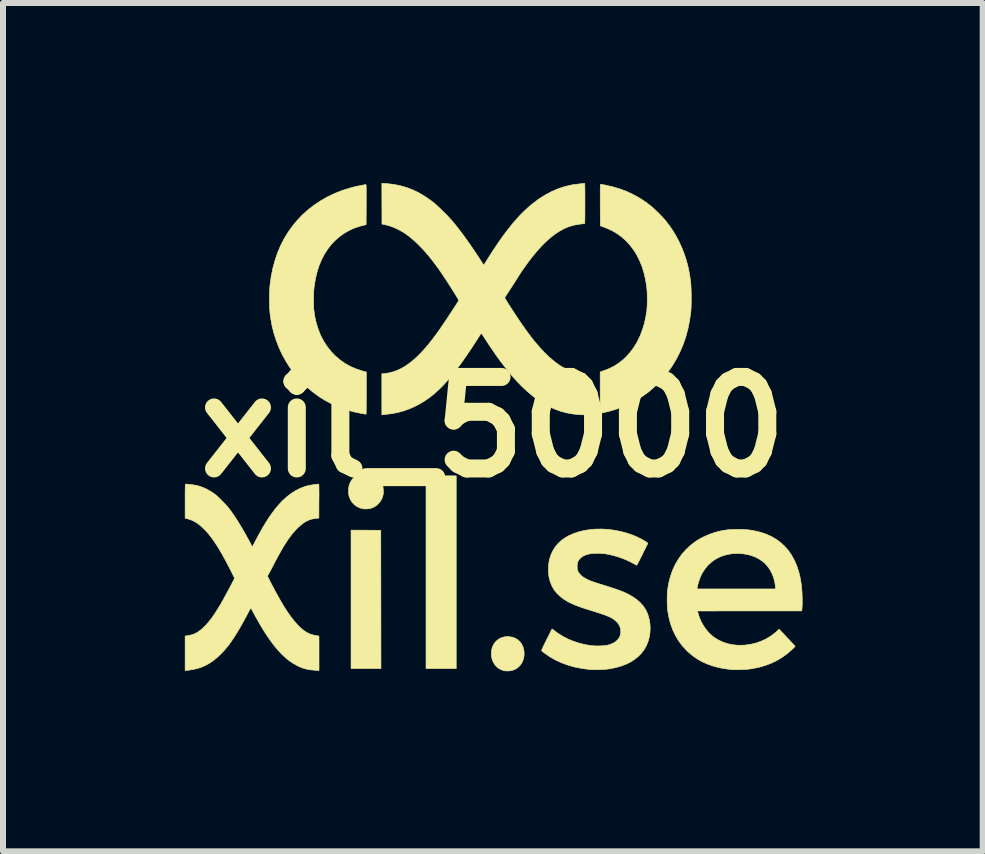
<source format=kicad_pcb>
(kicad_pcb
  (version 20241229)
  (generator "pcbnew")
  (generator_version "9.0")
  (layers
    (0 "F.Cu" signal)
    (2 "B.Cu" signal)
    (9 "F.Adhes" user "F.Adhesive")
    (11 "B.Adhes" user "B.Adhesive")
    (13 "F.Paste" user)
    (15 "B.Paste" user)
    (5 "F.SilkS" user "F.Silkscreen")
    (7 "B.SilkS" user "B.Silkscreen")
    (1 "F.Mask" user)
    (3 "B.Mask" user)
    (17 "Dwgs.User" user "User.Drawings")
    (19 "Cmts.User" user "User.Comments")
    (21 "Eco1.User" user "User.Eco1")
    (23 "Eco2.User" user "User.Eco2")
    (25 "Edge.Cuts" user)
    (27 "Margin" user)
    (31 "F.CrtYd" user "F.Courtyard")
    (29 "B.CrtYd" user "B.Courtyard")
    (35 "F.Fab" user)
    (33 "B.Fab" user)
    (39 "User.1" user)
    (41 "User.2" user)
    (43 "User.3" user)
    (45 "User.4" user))
  (footprint "xil_5000"
    (layer "F.Cu")
    (at 5.16 4.064)
    (property "Reference" "xil_5000" (at 0 0 0) (layer "F.SilkS") (effects (font (size 1.524 1.524) (thickness 0.3))))
    (attr through_hole)
    (fp_poly (pts (xy -0.61 4.023) (xy -1.113 4.023) (xy -1.113 0.813) (xy -0.61 0.813) (xy -0.61 4.023)) (stroke (width 0.01) (type solid)) (fill yes) (layer "F.SilkS"))
    (fp_poly (pts (xy -2.115 1.718) (xy -1.867 1.72) (xy -1.864 4.023) (xy -2.362 4.023) (xy -2.362 1.717) (xy -2.115 1.718)) (stroke (width 0.01) (type solid)) (fill yes) (layer "F.SilkS"))
    (fp_poly (pts (xy 0.268 3.491) (xy 0.321 3.5) (xy 0.369 3.516) (xy 0.412 3.541) (xy 0.448 3.573) (xy 0.478 3.612) (xy 0.501 3.658) (xy 0.515 3.709) (xy 0.521 3.754) (xy 0.52 3.808) (xy 0.511 3.86) (xy 0.493 3.907) (xy 0.468 3.951) (xy 0.437 3.988) (xy 0.399 4.019) (xy 0.356 4.042) (xy 0.314 4.056) (xy 0.283 4.061) (xy 0.247 4.063) (xy 0.213 4.062) (xy 0.191 4.059) (xy 0.142 4.044) (xy 0.099 4.021) (xy 0.061 3.991) (xy 0.029 3.953) (xy 0.004 3.91) (xy -0.014 3.862) (xy -0.024 3.809) (xy -0.025 3.774) (xy -0.021 3.718) (xy -0.008 3.666) (xy 0.014 3.619) (xy 0.044 3.578) (xy 0.054 3.568) (xy 0.094 3.535) (xy 0.138 3.511) (xy 0.187 3.496) (xy 0.239 3.491) (xy 0.268 3.491)) (stroke (width 0.01) (type solid)) (fill yes) (layer "F.SilkS"))
    (fp_poly (pts (xy -2.097 0.762) (xy -2.063 0.764) (xy -2.035 0.769) (xy -1.991 0.786) (xy -1.949 0.811) (xy -1.911 0.842) (xy -1.88 0.877) (xy -1.86 0.908) (xy -1.842 0.953) (xy -1.829 1.003) (xy -1.824 1.055) (xy -1.825 1.107) (xy -1.831 1.142) (xy -1.848 1.192) (xy -1.874 1.238) (xy -1.907 1.278) (xy -1.946 1.312) (xy -1.992 1.338) (xy -2.03 1.353) (xy -2.056 1.359) (xy -2.087 1.362) (xy -2.119 1.364) (xy -2.148 1.363) (xy -2.161 1.361) (xy -2.215 1.347) (xy -2.264 1.324) (xy -2.306 1.294) (xy -2.342 1.256) (xy -2.371 1.212) (xy -2.392 1.161) (xy -2.396 1.148) (xy -2.403 1.11) (xy -2.405 1.066) (xy -2.403 1.022) (xy -2.396 0.98) (xy -2.391 0.962) (xy -2.369 0.911) (xy -2.34 0.867) (xy -2.303 0.829) (xy -2.26 0.798) (xy -2.21 0.775) (xy -2.192 0.77) (xy -2.165 0.764) (xy -2.132 0.762) (xy -2.097 0.762)) (stroke (width 0.01) (type solid)) (fill yes) (layer "F.SilkS"))
    (fp_poly (pts (xy -2.114 -4.038) (xy -2.113 -4.035) (xy -2.112 -4.029) (xy -2.111 -4.02) (xy -2.11 -4.006) (xy -2.11 -3.988) (xy -2.109 -3.963) (xy -2.109 -3.933) (xy -2.109 -3.895) (xy -2.109 -3.85) (xy -2.109 -3.796) (xy -2.109 -3.733) (xy -2.109 -3.705) (xy -2.111 -3.372) (xy -2.177 -3.355) (xy -2.223 -3.343) (xy -2.263 -3.33) (xy -2.301 -3.317) (xy -2.339 -3.301) (xy -2.38 -3.282) (xy -2.466 -3.235) (xy -2.546 -3.179) (xy -2.62 -3.116) (xy -2.688 -3.046) (xy -2.749 -2.968) (xy -2.804 -2.883) (xy -2.852 -2.791) (xy -2.893 -2.693) (xy -2.927 -2.588) (xy -2.954 -2.478) (xy -2.973 -2.362) (xy -2.982 -2.288) (xy -2.984 -2.255) (xy -2.985 -2.216) (xy -2.986 -2.171) (xy -2.987 -2.125) (xy -2.987 -2.079) (xy -2.986 -2.035) (xy -2.985 -1.995) (xy -2.983 -1.963) (xy -2.982 -1.955) (xy -2.968 -1.852) (xy -2.946 -1.75) (xy -2.917 -1.652) (xy -2.882 -1.559) (xy -2.866 -1.522) (xy -2.816 -1.427) (xy -2.759 -1.339) (xy -2.695 -1.258) (xy -2.624 -1.185) (xy -2.547 -1.119) (xy -2.463 -1.06) (xy -2.374 -1.01) (xy -2.279 -0.969) (xy -2.179 -0.936) (xy -2.155 -0.929) (xy -2.108 -0.917) (xy -2.108 -0.565) (xy -2.108 -0.506) (xy -2.108 -0.451) (xy -2.109 -0.399) (xy -2.109 -0.352) (xy -2.109 -0.31) (xy -2.11 -0.275) (xy -2.11 -0.247) (xy -2.111 -0.227) (xy -2.112 -0.216) (xy -2.112 -0.214) (xy -2.118 -0.215) (xy -2.132 -0.217) (xy -2.153 -0.221) (xy -2.178 -0.225) (xy -2.195 -0.228) (xy -2.323 -0.255) (xy -2.446 -0.289) (xy -2.563 -0.331) (xy -2.675 -0.381) (xy -2.784 -0.438) (xy -2.898 -0.509) (xy -3.006 -0.589) (xy -3.108 -0.676) (xy -3.203 -0.77) (xy -3.291 -0.871) (xy -3.372 -0.979) (xy -3.445 -1.092) (xy -3.511 -1.212) (xy -3.568 -1.337) (xy -3.613 -1.456) (xy -3.648 -1.566) (xy -3.676 -1.677) (xy -3.697 -1.791) (xy -3.712 -1.892) (xy -3.715 -1.93) (xy -3.718 -1.975) (xy -3.72 -2.027) (xy -3.721 -2.082) (xy -3.721 -2.14) (xy -3.721 -2.197) (xy -3.719 -2.252) (xy -3.717 -2.302) (xy -3.714 -2.346) (xy -3.712 -2.366) (xy -3.692 -2.511) (xy -3.664 -2.649) (xy -3.628 -2.78) (xy -3.585 -2.906) (xy -3.534 -3.026) (xy -3.475 -3.141) (xy -3.408 -3.25) (xy -3.332 -3.355) (xy -3.259 -3.443) (xy -3.172 -3.535) (xy -3.077 -3.62) (xy -2.975 -3.699) (xy -2.866 -3.771) (xy -2.752 -3.836) (xy -2.632 -3.893) (xy -2.508 -3.942) (xy -2.379 -3.982) (xy -2.351 -3.99) (xy -2.327 -3.996) (xy -2.298 -4.003) (xy -2.267 -4.01) (xy -2.234 -4.017) (xy -2.202 -4.023) (xy -2.173 -4.029) (xy -2.147 -4.034) (xy -2.128 -4.037) (xy -2.117 -4.039) (xy -2.116 -4.039) (xy -2.114 -4.038)) (stroke (width 0.01) (type solid)) (fill yes) (layer "F.SilkS"))
    (fp_poly (pts (xy 1.805 -4.043) (xy 1.821 -4.04) (xy 1.843 -4.036) (xy 1.868 -4.032) (xy 1.872 -4.031) (xy 1.998 -4.002) (xy 2.117 -3.967) (xy 2.23 -3.924) (xy 2.339 -3.873) (xy 2.445 -3.814) (xy 2.548 -3.746) (xy 2.616 -3.695) (xy 2.647 -3.67) (xy 2.682 -3.639) (xy 2.719 -3.604) (xy 2.758 -3.566) (xy 2.797 -3.527) (xy 2.832 -3.49) (xy 2.864 -3.455) (xy 2.887 -3.426) (xy 2.952 -3.34) (xy 3.01 -3.253) (xy 3.064 -3.161) (xy 3.101 -3.089) (xy 3.148 -2.987) (xy 3.188 -2.885) (xy 3.222 -2.781) (xy 3.251 -2.674) (xy 3.274 -2.561) (xy 3.292 -2.441) (xy 3.295 -2.418) (xy 3.298 -2.389) (xy 3.3 -2.351) (xy 3.302 -2.307) (xy 3.304 -2.257) (xy 3.305 -2.205) (xy 3.305 -2.152) (xy 3.305 -2.099) (xy 3.304 -2.049) (xy 3.303 -2.002) (xy 3.301 -1.962) (xy 3.299 -1.93) (xy 3.298 -1.923) (xy 3.278 -1.777) (xy 3.25 -1.637) (xy 3.214 -1.503) (xy 3.17 -1.375) (xy 3.117 -1.251) (xy 3.056 -1.131) (xy 2.986 -1.015) (xy 2.907 -0.903) (xy 2.896 -0.888) (xy 2.871 -0.858) (xy 2.841 -0.823) (xy 2.805 -0.785) (xy 2.767 -0.745) (xy 2.728 -0.706) (xy 2.689 -0.668) (xy 2.652 -0.634) (xy 2.618 -0.605) (xy 2.596 -0.587) (xy 2.495 -0.514) (xy 2.394 -0.45) (xy 2.29 -0.394) (xy 2.183 -0.345) (xy 2.071 -0.303) (xy 1.952 -0.267) (xy 1.87 -0.247) (xy 1.843 -0.241) (xy 1.82 -0.235) (xy 1.803 -0.231) (xy 1.792 -0.229) (xy 1.79 -0.229) (xy 1.79 -0.234) (xy 1.789 -0.248) (xy 1.789 -0.271) (xy 1.789 -0.301) (xy 1.789 -0.338) (xy 1.788 -0.382) (xy 1.788 -0.43) (xy 1.788 -0.483) (xy 1.788 -0.54) (xy 1.788 -0.573) (xy 1.788 -0.918) (xy 1.85 -0.94) (xy 1.941 -0.975) (xy 2.025 -1.018) (xy 2.102 -1.068) (xy 2.174 -1.126) (xy 2.216 -1.165) (xy 2.286 -1.243) (xy 2.349 -1.327) (xy 2.404 -1.418) (xy 2.452 -1.516) (xy 2.492 -1.621) (xy 2.526 -1.733) (xy 2.551 -1.852) (xy 2.564 -1.93) (xy 2.567 -1.967) (xy 2.57 -2.011) (xy 2.572 -2.06) (xy 2.573 -2.113) (xy 2.572 -2.167) (xy 2.571 -2.22) (xy 2.569 -2.269) (xy 2.565 -2.312) (xy 2.564 -2.327) (xy 2.545 -2.447) (xy 2.52 -2.56) (xy 2.488 -2.667) (xy 2.448 -2.766) (xy 2.401 -2.86) (xy 2.354 -2.938) (xy 2.293 -3.02) (xy 2.227 -3.094) (xy 2.155 -3.16) (xy 2.077 -3.218) (xy 1.993 -3.268) (xy 1.902 -3.31) (xy 1.857 -3.328) (xy 1.791 -3.352) (xy 1.789 -3.698) (xy 1.789 -3.766) (xy 1.789 -3.824) (xy 1.789 -3.873) (xy 1.789 -3.915) (xy 1.789 -3.949) (xy 1.789 -3.977) (xy 1.79 -3.998) (xy 1.79 -4.015) (xy 1.791 -4.027) (xy 1.792 -4.035) (xy 1.793 -4.04) (xy 1.795 -4.043) (xy 1.796 -4.044) (xy 1.797 -4.044) (xy 1.805 -4.043)) (stroke (width 0.01) (type solid)) (fill yes) (layer "F.SilkS"))
    (fp_poly (pts (xy 4.129 1.705) (xy 4.175 1.706) (xy 4.215 1.709) (xy 4.253 1.712) (xy 4.291 1.717) (xy 4.333 1.724) (xy 4.364 1.73) (xy 4.464 1.754) (xy 4.557 1.786) (xy 4.644 1.825) (xy 4.724 1.872) (xy 4.797 1.927) (xy 4.864 1.989) (xy 4.924 2.059) (xy 4.977 2.136) (xy 5.024 2.221) (xy 5.063 2.312) (xy 5.096 2.412) (xy 5.121 2.518) (xy 5.136 2.607) (xy 5.142 2.657) (xy 5.147 2.712) (xy 5.151 2.77) (xy 5.153 2.829) (xy 5.154 2.887) (xy 5.154 2.941) (xy 5.152 2.991) (xy 5.149 3.033) (xy 5.148 3.042) (xy 5.145 3.063) (xy 4.277 3.063) (xy 4.184 3.063) (xy 4.094 3.063) (xy 4.007 3.063) (xy 3.923 3.063) (xy 3.845 3.063) (xy 3.77 3.063) (xy 3.702 3.064) (xy 3.639 3.064) (xy 3.583 3.064) (xy 3.533 3.064) (xy 3.492 3.064) (xy 3.458 3.064) (xy 3.432 3.064) (xy 3.416 3.064) (xy 3.409 3.065) (xy 3.409 3.065) (xy 3.41 3.072) (xy 3.414 3.087) (xy 3.42 3.106) (xy 3.426 3.128) (xy 3.433 3.149) (xy 3.439 3.168) (xy 3.443 3.178) (xy 3.473 3.247) (xy 3.511 3.313) (xy 3.555 3.376) (xy 3.604 3.432) (xy 3.657 3.481) (xy 3.694 3.509) (xy 3.764 3.551) (xy 3.839 3.585) (xy 3.918 3.61) (xy 4.001 3.627) (xy 4.086 3.635) (xy 4.171 3.634) (xy 4.196 3.633) (xy 4.294 3.619) (xy 4.387 3.597) (xy 4.474 3.566) (xy 4.556 3.527) (xy 4.635 3.479) (xy 4.709 3.422) (xy 4.72 3.412) (xy 4.769 3.368) (xy 4.807 3.408) (xy 4.82 3.422) (xy 4.84 3.442) (xy 4.863 3.467) (xy 4.889 3.495) (xy 4.917 3.524) (xy 4.945 3.554) (xy 4.972 3.583) (xy 4.996 3.609) (xy 5.017 3.631) (xy 5.021 3.636) (xy 5.036 3.653) (xy 5.006 3.684) (xy 4.97 3.718) (xy 4.927 3.755) (xy 4.882 3.791) (xy 4.837 3.824) (xy 4.823 3.833) (xy 4.733 3.888) (xy 4.637 3.934) (xy 4.536 3.972) (xy 4.429 4.003) (xy 4.316 4.025) (xy 4.275 4.031) (xy 4.251 4.034) (xy 4.22 4.036) (xy 4.184 4.038) (xy 4.145 4.04) (xy 4.105 4.041) (xy 4.067 4.042) (xy 4.034 4.042) (xy 4.006 4.042) (xy 3.988 4.041) (xy 3.872 4.027) (xy 3.764 4.007) (xy 3.663 3.98) (xy 3.568 3.946) (xy 3.48 3.906) (xy 3.397 3.858) (xy 3.319 3.802) (xy 3.246 3.739) (xy 3.223 3.716) (xy 3.154 3.641) (xy 3.094 3.56) (xy 3.042 3.473) (xy 2.998 3.381) (xy 2.962 3.282) (xy 2.934 3.177) (xy 2.914 3.066) (xy 2.913 3.056) (xy 2.908 3.013) (xy 2.905 2.963) (xy 2.904 2.908) (xy 2.904 2.853) (xy 2.905 2.798) (xy 2.908 2.747) (xy 2.912 2.704) (xy 2.913 2.7) (xy 2.913 2.697) (xy 3.4 2.697) (xy 4.71 2.697) (xy 4.707 2.657) (xy 4.696 2.58) (xy 4.676 2.506) (xy 4.649 2.437) (xy 4.614 2.372) (xy 4.572 2.314) (xy 4.523 2.262) (xy 4.497 2.24) (xy 4.439 2.2) (xy 4.374 2.166) (xy 4.305 2.14) (xy 4.232 2.121) (xy 4.156 2.109) (xy 4.079 2.105) (xy 4.002 2.108) (xy 3.926 2.119) (xy 3.852 2.137) (xy 3.782 2.163) (xy 3.716 2.197) (xy 3.71 2.2) (xy 3.646 2.245) (xy 3.588 2.298) (xy 3.537 2.358) (xy 3.492 2.426) (xy 3.472 2.463) (xy 3.459 2.493) (xy 3.444 2.53) (xy 3.431 2.57) (xy 3.419 2.609) (xy 3.41 2.645) (xy 3.407 2.658) (xy 3.4 2.697) (xy 2.913 2.697) (xy 2.932 2.588) (xy 2.96 2.482) (xy 2.996 2.382) (xy 3.04 2.287) (xy 3.093 2.198) (xy 3.152 2.115) (xy 3.22 2.039) (xy 3.295 1.969) (xy 3.377 1.906) (xy 3.401 1.89) (xy 3.469 1.85) (xy 3.544 1.814) (xy 3.623 1.781) (xy 3.704 1.754) (xy 3.775 1.735) (xy 3.823 1.725) (xy 3.867 1.718) (xy 3.908 1.712) (xy 3.951 1.708) (xy 3.997 1.706) (xy 4.05 1.705) (xy 4.077 1.705) (xy 4.129 1.705)) (stroke (width 0.01) (type solid)) (fill yes) (layer "F.SilkS"))
    (fp_poly (pts (xy 1.928 1.706) (xy 2.033 1.72) (xy 2.137 1.741) (xy 2.239 1.769) (xy 2.34 1.804) (xy 2.396 1.828) (xy 2.423 1.841) (xy 2.454 1.856) (xy 2.485 1.873) (xy 2.515 1.89) (xy 2.541 1.905) (xy 2.562 1.919) (xy 2.57 1.925) (xy 2.583 1.934) (xy 2.492 2.118) (xy 2.472 2.158) (xy 2.453 2.195) (xy 2.437 2.228) (xy 2.422 2.256) (xy 2.411 2.278) (xy 2.402 2.293) (xy 2.398 2.301) (xy 2.397 2.301) (xy 2.391 2.299) (xy 2.379 2.293) (xy 2.363 2.284) (xy 2.362 2.283) (xy 2.294 2.247) (xy 2.22 2.212) (xy 2.141 2.181) (xy 2.062 2.155) (xy 2.004 2.139) (xy 1.938 2.123) (xy 1.877 2.112) (xy 1.818 2.106) (xy 1.757 2.103) (xy 1.732 2.103) (xy 1.662 2.106) (xy 1.6 2.115) (xy 1.546 2.13) (xy 1.501 2.151) (xy 1.464 2.178) (xy 1.435 2.211) (xy 1.418 2.239) (xy 1.412 2.254) (xy 1.408 2.267) (xy 1.406 2.283) (xy 1.405 2.303) (xy 1.405 2.322) (xy 1.405 2.347) (xy 1.406 2.365) (xy 1.409 2.38) (xy 1.413 2.393) (xy 1.418 2.404) (xy 1.44 2.44) (xy 1.471 2.473) (xy 1.51 2.503) (xy 1.56 2.532) (xy 1.578 2.541) (xy 1.602 2.552) (xy 1.627 2.562) (xy 1.656 2.573) (xy 1.688 2.585) (xy 1.725 2.597) (xy 1.769 2.611) (xy 1.821 2.627) (xy 1.851 2.636) (xy 1.917 2.657) (xy 1.975 2.675) (xy 2.026 2.692) (xy 2.07 2.707) (xy 2.109 2.721) (xy 2.145 2.735) (xy 2.171 2.745) (xy 2.256 2.785) (xy 2.331 2.828) (xy 2.397 2.874) (xy 2.455 2.925) (xy 2.503 2.979) (xy 2.543 3.038) (xy 2.574 3.101) (xy 2.583 3.125) (xy 2.604 3.199) (xy 2.617 3.275) (xy 2.621 3.353) (xy 2.617 3.43) (xy 2.604 3.507) (xy 2.583 3.58) (xy 2.559 3.639) (xy 2.521 3.706) (xy 2.475 3.768) (xy 2.42 3.823) (xy 2.358 3.873) (xy 2.288 3.917) (xy 2.211 3.954) (xy 2.126 3.985) (xy 2.034 4.01) (xy 1.936 4.029) (xy 1.917 4.031) (xy 1.882 4.035) (xy 1.84 4.038) (xy 1.794 4.04) (xy 1.746 4.041) (xy 1.7 4.041) (xy 1.658 4.041) (xy 1.623 4.039) (xy 1.618 4.039) (xy 1.493 4.023) (xy 1.373 4) (xy 1.259 3.969) (xy 1.15 3.93) (xy 1.048 3.883) (xy 0.952 3.829) (xy 0.866 3.769) (xy 0.846 3.754) (xy 0.83 3.741) (xy 0.818 3.731) (xy 0.813 3.727) (xy 0.812 3.723) (xy 0.814 3.716) (xy 0.818 3.705) (xy 0.825 3.689) (xy 0.835 3.667) (xy 0.848 3.639) (xy 0.866 3.603) (xy 0.887 3.56) (xy 0.897 3.541) (xy 0.986 3.362) (xy 0.998 3.372) (xy 1.079 3.432) (xy 1.16 3.483) (xy 1.243 3.527) (xy 1.33 3.564) (xy 1.422 3.595) (xy 1.495 3.614) (xy 1.558 3.628) (xy 1.616 3.638) (xy 1.673 3.644) (xy 1.73 3.646) (xy 1.783 3.646) (xy 1.837 3.643) (xy 1.884 3.638) (xy 1.925 3.63) (xy 1.962 3.618) (xy 1.998 3.603) (xy 2.006 3.599) (xy 2.048 3.573) (xy 2.082 3.541) (xy 2.107 3.505) (xy 2.124 3.464) (xy 2.131 3.419) (xy 2.129 3.372) (xy 2.129 3.371) (xy 2.118 3.329) (xy 2.1 3.291) (xy 2.074 3.256) (xy 2.058 3.24) (xy 2.039 3.223) (xy 2.02 3.207) (xy 1.999 3.193) (xy 1.976 3.179) (xy 1.949 3.165) (xy 1.919 3.152) (xy 1.884 3.137) (xy 1.842 3.122) (xy 1.795 3.106) (xy 1.739 3.088) (xy 1.676 3.068) (xy 1.621 3.05) (xy 1.547 3.028) (xy 1.482 3.006) (xy 1.425 2.986) (xy 1.375 2.967) (xy 1.33 2.948) (xy 1.289 2.929) (xy 1.251 2.909) (xy 1.215 2.888) (xy 1.18 2.866) (xy 1.178 2.864) (xy 1.116 2.816) (xy 1.062 2.764) (xy 1.018 2.706) (xy 0.982 2.643) (xy 0.955 2.574) (xy 0.936 2.501) (xy 0.93 2.456) (xy 0.925 2.371) (xy 0.929 2.289) (xy 0.942 2.211) (xy 0.964 2.138) (xy 0.995 2.069) (xy 1.034 2.005) (xy 1.081 1.946) (xy 1.137 1.893) (xy 1.201 1.846) (xy 1.26 1.812) (xy 1.342 1.775) (xy 1.43 1.745) (xy 1.523 1.723) (xy 1.62 1.708) (xy 1.721 1.7) (xy 1.824 1.699) (xy 1.928 1.706)) (stroke (width 0.01) (type solid)) (fill yes) (layer "F.SilkS"))
    (fp_poly (pts (xy -2.902 0.951) (xy -2.9 0.954) (xy -2.899 0.96) (xy -2.898 0.97) (xy -2.897 0.984) (xy -2.897 1.004) (xy -2.897 1.029) (xy -2.896 1.062) (xy -2.896 1.102) (xy -2.896 1.15) (xy -2.897 1.208) (xy -2.897 1.233) (xy -2.898 1.516) (xy -2.95 1.522) (xy -2.989 1.528) (xy -3.021 1.534) (xy -3.05 1.544) (xy -3.08 1.556) (xy -3.098 1.565) (xy -3.143 1.59) (xy -3.186 1.622) (xy -3.231 1.66) (xy -3.272 1.7) (xy -3.309 1.74) (xy -3.345 1.783) (xy -3.381 1.83) (xy -3.417 1.881) (xy -3.454 1.938) (xy -3.493 2) (xy -3.533 2.07) (xy -3.576 2.147) (xy -3.622 2.232) (xy -3.634 2.256) (xy -3.654 2.295) (xy -3.674 2.332) (xy -3.692 2.367) (xy -3.708 2.398) (xy -3.722 2.423) (xy -3.732 2.442) (xy -3.737 2.452) (xy -3.755 2.483) (xy -3.718 2.556) (xy -3.692 2.608) (xy -3.662 2.664) (xy -3.631 2.724) (xy -3.598 2.783) (xy -3.567 2.839) (xy -3.538 2.89) (xy -3.529 2.906) (xy -3.47 3.005) (xy -3.412 3.094) (xy -3.355 3.173) (xy -3.3 3.242) (xy -3.246 3.303) (xy -3.193 3.353) (xy -3.141 3.395) (xy -3.09 3.427) (xy -3.042 3.449) (xy -3.024 3.455) (xy -3 3.462) (xy -2.973 3.468) (xy -2.946 3.473) (xy -2.921 3.478) (xy -2.903 3.48) (xy -2.898 3.48) (xy -2.898 3.485) (xy -2.897 3.499) (xy -2.897 3.521) (xy -2.896 3.551) (xy -2.896 3.588) (xy -2.896 3.63) (xy -2.896 3.677) (xy -2.896 3.728) (xy -2.896 3.767) (xy -2.896 4.055) (xy -2.96 4.051) (xy -3.032 4.045) (xy -3.097 4.034) (xy -3.158 4.017) (xy -3.219 3.994) (xy -3.254 3.977) (xy -3.32 3.941) (xy -3.386 3.897) (xy -3.45 3.845) (xy -3.515 3.786) (xy -3.579 3.717) (xy -3.643 3.64) (xy -3.707 3.555) (xy -3.773 3.459) (xy -3.839 3.354) (xy -3.841 3.35) (xy -3.861 3.317) (xy -3.884 3.278) (xy -3.908 3.236) (xy -3.932 3.193) (xy -3.956 3.151) (xy -3.977 3.112) (xy -3.995 3.078) (xy -4.008 3.053) (xy -4.018 3.034) (xy -4.027 3.021) (xy -4.032 3.016) (xy -4.034 3.016) (xy -4.037 3.021) (xy -4.045 3.035) (xy -4.056 3.054) (xy -4.069 3.079) (xy -4.085 3.108) (xy -4.097 3.132) (xy -4.147 3.225) (xy -4.194 3.309) (xy -4.238 3.385) (xy -4.28 3.454) (xy -4.32 3.517) (xy -4.36 3.575) (xy -4.398 3.628) (xy -4.437 3.676) (xy -4.476 3.722) (xy -4.517 3.765) (xy -4.534 3.783) (xy -4.599 3.844) (xy -4.664 3.896) (xy -4.731 3.94) (xy -4.8 3.977) (xy -4.854 4) (xy -4.898 4.015) (xy -4.943 4.027) (xy -4.993 4.038) (xy -5.05 4.047) (xy -5.056 4.048) (xy -5.126 4.057) (xy -5.126 3.769) (xy -5.126 3.481) (xy -5.084 3.475) (xy -5.032 3.465) (xy -4.984 3.45) (xy -4.939 3.429) (xy -4.895 3.401) (xy -4.85 3.366) (xy -4.803 3.322) (xy -4.787 3.306) (xy -4.748 3.263) (xy -4.709 3.215) (xy -4.669 3.163) (xy -4.629 3.104) (xy -4.587 3.038) (xy -4.542 2.964) (xy -4.518 2.923) (xy -4.504 2.898) (xy -4.488 2.869) (xy -4.47 2.836) (xy -4.45 2.799) (xy -4.429 2.762) (xy -4.409 2.723) (xy -4.388 2.685) (xy -4.369 2.648) (xy -4.351 2.614) (xy -4.335 2.583) (xy -4.321 2.557) (xy -4.311 2.537) (xy -4.305 2.524) (xy -4.303 2.518) (xy -4.305 2.512) (xy -4.312 2.498) (xy -4.322 2.477) (xy -4.335 2.451) (xy -4.35 2.421) (xy -4.367 2.387) (xy -4.386 2.35) (xy -4.405 2.313) (xy -4.425 2.276) (xy -4.443 2.24) (xy -4.461 2.207) (xy -4.477 2.177) (xy -4.491 2.152) (xy -4.498 2.14) (xy -4.548 2.053) (xy -4.596 1.974) (xy -4.643 1.904) (xy -4.688 1.841) (xy -4.733 1.784) (xy -4.777 1.733) (xy -4.814 1.695) (xy -4.865 1.648) (xy -4.914 1.609) (xy -4.963 1.578) (xy -5.012 1.553) (xy -5.064 1.535) (xy -5.076 1.531) (xy -5.126 1.518) (xy -5.126 1.234) (xy -5.126 1.173) (xy -5.126 1.121) (xy -5.126 1.078) (xy -5.125 1.043) (xy -5.125 1.015) (xy -5.124 0.993) (xy -5.124 0.977) (xy -5.123 0.965) (xy -5.122 0.957) (xy -5.121 0.953) (xy -5.119 0.951) (xy -5.117 0.95) (xy -5.117 0.95) (xy -5.108 0.95) (xy -5.092 0.952) (xy -5.071 0.953) (xy -5.05 0.955) (xy -4.972 0.966) (xy -4.899 0.982) (xy -4.829 1.006) (xy -4.761 1.037) (xy -4.692 1.077) (xy -4.647 1.107) (xy -4.622 1.126) (xy -4.593 1.151) (xy -4.56 1.181) (xy -4.526 1.215) (xy -4.491 1.25) (xy -4.457 1.286) (xy -4.427 1.32) (xy -4.4 1.351) (xy -4.392 1.361) (xy -4.348 1.421) (xy -4.301 1.489) (xy -4.252 1.564) (xy -4.202 1.646) (xy -4.151 1.731) (xy -4.101 1.821) (xy -4.06 1.896) (xy -4.007 1.997) (xy -3.961 1.909) (xy -3.901 1.796) (xy -3.843 1.692) (xy -3.786 1.596) (xy -3.73 1.509) (xy -3.675 1.43) (xy -3.62 1.358) (xy -3.565 1.293) (xy -3.51 1.234) (xy -3.505 1.229) (xy -3.432 1.162) (xy -3.356 1.104) (xy -3.278 1.055) (xy -3.198 1.016) (xy -3.117 0.986) (xy -3.086 0.978) (xy -3.067 0.974) (xy -3.041 0.969) (xy -3.012 0.964) (xy -2.982 0.959) (xy -2.953 0.955) (xy -2.928 0.952) (xy -2.91 0.95) (xy -2.903 0.95) (xy -2.902 0.951)) (stroke (width 0.01) (type solid)) (fill yes) (layer "F.SilkS"))
    (fp_poly (pts (xy -1.824 -4.059) (xy -1.806 -4.057) (xy -1.783 -4.056) (xy -1.757 -4.054) (xy -1.755 -4.054) (xy -1.644 -4.041) (xy -1.538 -4.019) (xy -1.435 -3.99) (xy -1.334 -3.951) (xy -1.235 -3.903) (xy -1.138 -3.846) (xy -1.04 -3.779) (xy -0.983 -3.735) (xy -0.955 -3.712) (xy -0.923 -3.682) (xy -0.886 -3.648) (xy -0.848 -3.611) (xy -0.808 -3.572) (xy -0.769 -3.533) (xy -0.733 -3.494) (xy -0.7 -3.459) (xy -0.672 -3.427) (xy -0.67 -3.424) (xy -0.604 -3.344) (xy -0.537 -3.257) (xy -0.467 -3.163) (xy -0.394 -3.061) (xy -0.318 -2.95) (xy -0.239 -2.831) (xy -0.194 -2.762) (xy -0.179 -2.739) (xy -0.167 -2.72) (xy -0.157 -2.707) (xy -0.151 -2.699) (xy -0.15 -2.698) (xy -0.147 -2.703) (xy -0.14 -2.715) (xy -0.128 -2.733) (xy -0.114 -2.756) (xy -0.097 -2.784) (xy -0.084 -2.804) (xy -0.001 -2.934) (xy 0.08 -3.055) (xy 0.158 -3.167) (xy 0.235 -3.27) (xy 0.311 -3.366) (xy 0.385 -3.453) (xy 0.459 -3.534) (xy 0.533 -3.607) (xy 0.607 -3.675) (xy 0.682 -3.736) (xy 0.758 -3.793) (xy 0.777 -3.806) (xy 0.879 -3.87) (xy 0.983 -3.925) (xy 1.089 -3.97) (xy 1.197 -4.006) (xy 1.305 -4.031) (xy 1.328 -4.036) (xy 1.346 -4.038) (xy 1.371 -4.042) (xy 1.399 -4.045) (xy 1.429 -4.049) (xy 1.458 -4.052) (xy 1.485 -4.055) (xy 1.507 -4.058) (xy 1.523 -4.059) (xy 1.527 -4.059) (xy 1.529 -4.058) (xy 1.53 -4.053) (xy 1.531 -4.046) (xy 1.532 -4.033) (xy 1.532 -4.016) (xy 1.533 -3.993) (xy 1.533 -3.964) (xy 1.534 -3.928) (xy 1.534 -3.884) (xy 1.534 -3.832) (xy 1.534 -3.771) (xy 1.534 -3.724) (xy 1.534 -3.654) (xy 1.534 -3.595) (xy 1.534 -3.544) (xy 1.533 -3.502) (xy 1.533 -3.467) (xy 1.532 -3.44) (xy 1.532 -3.419) (xy 1.531 -3.404) (xy 1.53 -3.394) (xy 1.529 -3.389) (xy 1.528 -3.388) (xy 1.51 -3.387) (xy 1.486 -3.385) (xy 1.456 -3.381) (xy 1.425 -3.376) (xy 1.394 -3.371) (xy 1.366 -3.366) (xy 1.344 -3.362) (xy 1.34 -3.361) (xy 1.263 -3.337) (xy 1.186 -3.305) (xy 1.11 -3.263) (xy 1.034 -3.213) (xy 0.958 -3.154) (xy 0.881 -3.086) (xy 0.804 -3.008) (xy 0.726 -2.921) (xy 0.647 -2.823) (xy 0.62 -2.789) (xy 0.569 -2.72) (xy 0.521 -2.653) (xy 0.477 -2.59) (xy 0.439 -2.532) (xy 0.428 -2.514) (xy 0.403 -2.474) (xy 0.373 -2.427) (xy 0.342 -2.378) (xy 0.31 -2.329) (xy 0.279 -2.281) (xy 0.25 -2.238) (xy 0.233 -2.211) (xy 0.22 -2.191) (xy 0.209 -2.173) (xy 0.201 -2.161) (xy 0.198 -2.154) (xy 0.198 -2.154) (xy 0.201 -2.148) (xy 0.209 -2.134) (xy 0.221 -2.113) (xy 0.237 -2.087) (xy 0.256 -2.056) (xy 0.279 -2.021) (xy 0.303 -1.983) (xy 0.328 -1.944) (xy 0.355 -1.903) (xy 0.382 -1.862) (xy 0.409 -1.822) (xy 0.434 -1.784) (xy 0.458 -1.748) (xy 0.481 -1.716) (xy 0.486 -1.707) (xy 0.541 -1.63) (xy 0.592 -1.56) (xy 0.639 -1.497) (xy 0.685 -1.439) (xy 0.729 -1.386) (xy 0.773 -1.336) (xy 0.817 -1.287) (xy 0.863 -1.239) (xy 0.876 -1.226) (xy 0.949 -1.156) (xy 1.02 -1.096) (xy 1.089 -1.044) (xy 1.157 -1) (xy 1.226 -0.964) (xy 1.295 -0.935) (xy 1.366 -0.914) (xy 1.439 -0.899) (xy 1.48 -0.894) (xy 1.534 -0.888) (xy 1.534 -0.203) (xy 1.515 -0.203) (xy 1.503 -0.204) (xy 1.483 -0.205) (xy 1.459 -0.206) (xy 1.431 -0.208) (xy 1.425 -0.208) (xy 1.325 -0.219) (xy 1.227 -0.237) (xy 1.131 -0.263) (xy 1.037 -0.297) (xy 0.943 -0.339) (xy 0.851 -0.388) (xy 0.76 -0.447) (xy 0.669 -0.513) (xy 0.579 -0.589) (xy 0.488 -0.673) (xy 0.397 -0.767) (xy 0.306 -0.87) (xy 0.214 -0.983) (xy 0.121 -1.105) (xy 0.047 -1.206) (xy 0.033 -1.228) (xy 0.014 -1.256) (xy -0.009 -1.289) (xy -0.033 -1.325) (xy -0.059 -1.363) (xy -0.084 -1.401) (xy -0.108 -1.438) (xy -0.13 -1.471) (xy -0.149 -1.5) (xy -0.163 -1.522) (xy -0.165 -1.525) (xy -0.177 -1.544) (xy -0.186 -1.555) (xy -0.192 -1.56) (xy -0.196 -1.558) (xy -0.196 -1.558) (xy -0.2 -1.552) (xy -0.209 -1.539) (xy -0.222 -1.52) (xy -0.238 -1.496) (xy -0.255 -1.468) (xy -0.267 -1.45) (xy -0.346 -1.328) (xy -0.422 -1.215) (xy -0.495 -1.11) (xy -0.565 -1.013) (xy -0.633 -0.924) (xy -0.698 -0.842) (xy -0.763 -0.767) (xy -0.825 -0.698) (xy -0.888 -0.635) (xy -0.949 -0.578) (xy -1.011 -0.526) (xy -1.073 -0.479) (xy -1.136 -0.436) (xy -1.2 -0.397) (xy -1.265 -0.361) (xy -1.28 -0.354) (xy -1.379 -0.308) (xy -1.477 -0.272) (xy -1.577 -0.244) (xy -1.679 -0.224) (xy -1.76 -0.214) (xy -1.785 -0.211) (xy -1.807 -0.209) (xy -1.825 -0.206) (xy -1.833 -0.205) (xy -1.849 -0.203) (xy -1.849 -0.888) (xy -1.807 -0.891) (xy -1.735 -0.901) (xy -1.664 -0.919) (xy -1.593 -0.944) (xy -1.522 -0.978) (xy -1.451 -1.02) (xy -1.38 -1.07) (xy -1.308 -1.129) (xy -1.236 -1.197) (xy -1.162 -1.274) (xy -1.087 -1.36) (xy -1.01 -1.456) (xy -0.931 -1.562) (xy -0.916 -1.582) (xy -0.899 -1.607) (xy -0.878 -1.637) (xy -0.855 -1.671) (xy -0.829 -1.709) (xy -0.802 -1.749) (xy -0.774 -1.79) (xy -0.746 -1.833) (xy -0.718 -1.875) (xy -0.691 -1.917) (xy -0.665 -1.956) (xy -0.641 -1.993) (xy -0.619 -2.027) (xy -0.6 -2.056) (xy -0.585 -2.08) (xy -0.575 -2.097) (xy -0.569 -2.108) (xy -0.568 -2.111) (xy -0.57 -2.117) (xy -0.578 -2.13) (xy -0.589 -2.15) (xy -0.604 -2.175) (xy -0.622 -2.205) (xy -0.643 -2.238) (xy -0.665 -2.273) (xy -0.688 -2.31) (xy -0.71 -2.344) (xy -0.776 -2.448) (xy -0.84 -2.543) (xy -0.9 -2.631) (xy -0.959 -2.711) (xy -1.015 -2.785) (xy -1.071 -2.854) (xy -1.126 -2.919) (xy -1.181 -2.979) (xy -1.232 -3.03) (xy -1.298 -3.094) (xy -1.361 -3.149) (xy -1.423 -3.198) (xy -1.485 -3.24) (xy -1.547 -3.276) (xy -1.593 -3.3) (xy -1.641 -3.322) (xy -1.685 -3.339) (xy -1.729 -3.354) (xy -1.777 -3.366) (xy -1.793 -3.37) (xy -1.847 -3.382) (xy -1.848 -3.72) (xy -1.849 -4.059) (xy -1.835 -4.059) (xy -1.824 -4.059)) (stroke (width 0.01) (type solid)) (fill yes) (layer "F.SilkS")))
  (gr_rect
    (start -3 -3)
    (end 13.32 11.132)
    (stroke (width 0.1) (type default))
    (fill no)
    (layer "Edge.Cuts")))
</source>
